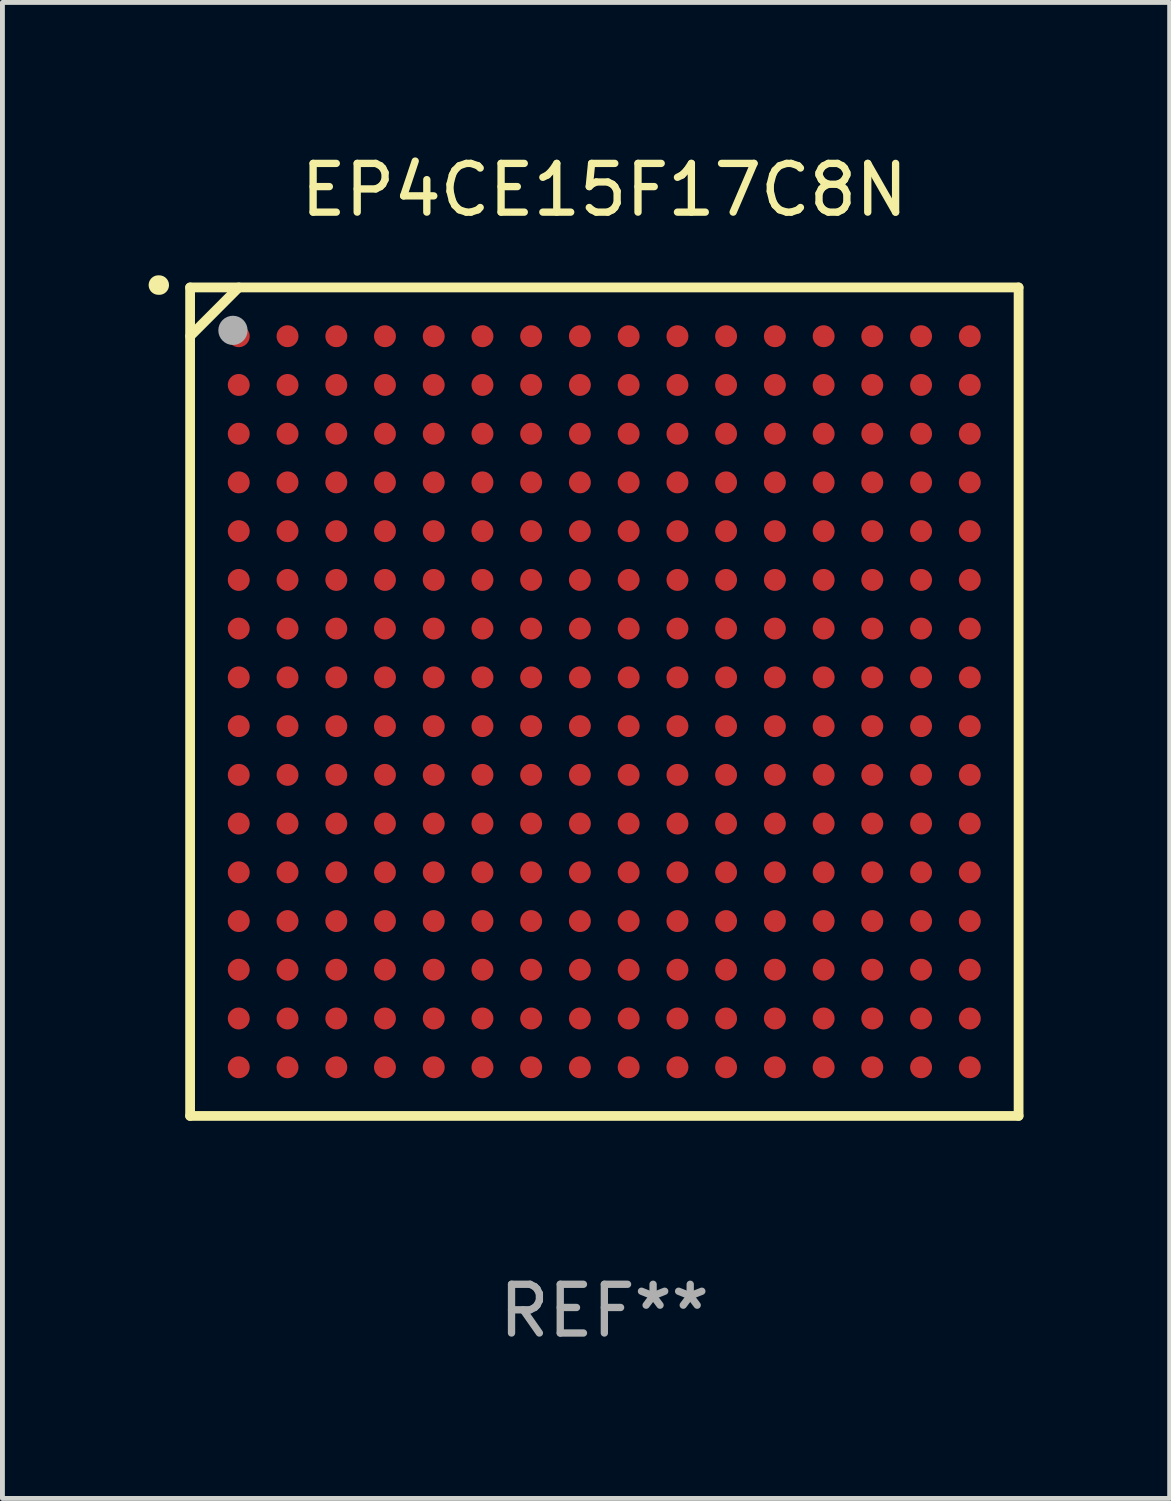
<source format=kicad_pcb>
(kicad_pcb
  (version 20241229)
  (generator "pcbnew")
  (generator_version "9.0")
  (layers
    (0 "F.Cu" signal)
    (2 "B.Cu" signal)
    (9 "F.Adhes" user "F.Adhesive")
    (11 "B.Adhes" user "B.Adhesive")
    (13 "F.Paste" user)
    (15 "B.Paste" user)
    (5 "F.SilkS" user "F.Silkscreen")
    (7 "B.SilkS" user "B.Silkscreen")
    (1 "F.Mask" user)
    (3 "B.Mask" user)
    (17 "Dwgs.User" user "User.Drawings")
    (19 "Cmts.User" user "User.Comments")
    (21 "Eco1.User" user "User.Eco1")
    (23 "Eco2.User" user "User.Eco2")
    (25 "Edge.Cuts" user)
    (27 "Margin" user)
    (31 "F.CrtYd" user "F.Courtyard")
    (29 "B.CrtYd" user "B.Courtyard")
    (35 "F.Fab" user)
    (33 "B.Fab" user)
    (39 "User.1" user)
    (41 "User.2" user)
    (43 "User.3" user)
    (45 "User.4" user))
  (footprint "EP4CE15F17C8N"
    (layer "F.Cu")
    (at 9.351 11.348)
    (property "Reference" "EP4CE15F17C8N" (at 0 -10.5 0) (layer "F.SilkS") (effects (font (size 1 1) (thickness 0.15))))
    (attr through_hole)
    (fp_line (start -8.5 -8.5) (end 8.5 -8.5) (stroke (width 0.2) (type solid)) (layer "F.SilkS"))
    (fp_line (start -8.5 -7.499) (end -7.502 -8.5) (stroke (width 0.2) (type solid)) (layer "F.SilkS"))
    (fp_line (start -8.5 8.5) (end -8.5 -8.5) (stroke (width 0.2) (type solid)) (layer "F.SilkS"))
    (fp_line (start 8.5 -8.5) (end 8.5 8.5) (stroke (width 0.2) (type solid)) (layer "F.SilkS"))
    (fp_line (start 8.5 8.5) (end -8.5 8.5) (stroke (width 0.2) (type solid)) (layer "F.SilkS"))
    (fp_arc (start -9.151181 -8.548768) (mid -9.142295 -8.548541) (end -9.133426 -8.547955) (stroke (width 0.4) (type solid)) (layer "F.SilkS"))
    (fp_circle (center -8.501 -8.499) (end -8.471 -8.499) (stroke (width 0.06) (type solid)) (fill no) (layer "F.SilkS"))
    (fp_circle (center -7.621 -7.619) (end -7.471 -7.619) (stroke (width 0.3) (type solid)) (fill no) (layer "F.Fab"))
    (fp_text user "REF**" (at 0 12.5 0) (layer "F.Fab") (effects (font (size 1 1) (thickness 0.15))))
    (pad "A1" smd circle (at -7.502 -7.499) (size 0.45 0.45) (layers "F.Cu" "F.Mask" "F.Paste"))
    (pad "A2" smd circle (at -6.501 -7.499) (size 0.45 0.45) (layers "F.Cu" "F.Mask" "F.Paste"))
    (pad "A3" smd circle (at -5.5 -7.499) (size 0.45 0.45) (layers "F.Cu" "F.Mask" "F.Paste"))
    (pad "A4" smd circle (at -4.502 -7.499) (size 0.45 0.45) (layers "F.Cu" "F.Mask" "F.Paste"))
    (pad "A5" smd circle (at -3.501 -7.499) (size 0.45 0.45) (layers "F.Cu" "F.Mask" "F.Paste"))
    (pad "A6" smd circle (at -2.501 -7.499) (size 0.45 0.45) (layers "F.Cu" "F.Mask" "F.Paste"))
    (pad "A7" smd circle (at -1.502 -7.499) (size 0.45 0.45) (layers "F.Cu" "F.Mask" "F.Paste"))
    (pad "A8" smd circle (at -0.502 -7.499) (size 0.45 0.45) (layers "F.Cu" "F.Mask" "F.Paste"))
    (pad "A9" smd circle (at 0.499 -7.499) (size 0.45 0.45) (layers "F.Cu" "F.Mask" "F.Paste"))
    (pad "A10" smd circle (at 1.5 -7.499) (size 0.45 0.45) (layers "F.Cu" "F.Mask" "F.Paste"))
    (pad "A11" smd circle (at 2.498 -7.499) (size 0.45 0.45) (layers "F.Cu" "F.Mask" "F.Paste"))
    (pad "A12" smd circle (at 3.499 -7.499) (size 0.45 0.45) (layers "F.Cu" "F.Mask" "F.Paste"))
    (pad "A13" smd circle (at 4.5 -7.499) (size 0.45 0.45) (layers "F.Cu" "F.Mask" "F.Paste"))
    (pad "A14" smd circle (at 5.498 -7.499) (size 0.45 0.45) (layers "F.Cu" "F.Mask" "F.Paste"))
    (pad "A15" smd circle (at 6.499 -7.499) (size 0.45 0.45) (layers "F.Cu" "F.Mask" "F.Paste"))
    (pad "A16" smd circle (at 7.499 -7.499) (size 0.45 0.45) (layers "F.Cu" "F.Mask" "F.Paste"))
    (pad "B1" smd circle (at -7.502 -6.499) (size 0.45 0.45) (layers "F.Cu" "F.Mask" "F.Paste"))
    (pad "B2" smd circle (at -6.501 -6.499) (size 0.45 0.45) (layers "F.Cu" "F.Mask" "F.Paste"))
    (pad "B3" smd circle (at -5.5 -6.499) (size 0.45 0.45) (layers "F.Cu" "F.Mask" "F.Paste"))
    (pad "B4" smd circle (at -4.502 -6.499) (size 0.45 0.45) (layers "F.Cu" "F.Mask" "F.Paste"))
    (pad "B5" smd circle (at -3.501 -6.499) (size 0.45 0.45) (layers "F.Cu" "F.Mask" "F.Paste"))
    (pad "B6" smd circle (at -2.501 -6.499) (size 0.45 0.45) (layers "F.Cu" "F.Mask" "F.Paste"))
    (pad "B7" smd circle (at -1.502 -6.499) (size 0.45 0.45) (layers "F.Cu" "F.Mask" "F.Paste"))
    (pad "B8" smd circle (at -0.502 -6.499) (size 0.45 0.45) (layers "F.Cu" "F.Mask" "F.Paste"))
    (pad "B9" smd circle (at 0.499 -6.499) (size 0.45 0.45) (layers "F.Cu" "F.Mask" "F.Paste"))
    (pad "B10" smd circle (at 1.5 -6.499) (size 0.45 0.45) (layers "F.Cu" "F.Mask" "F.Paste"))
    (pad "B11" smd circle (at 2.498 -6.499) (size 0.45 0.45) (layers "F.Cu" "F.Mask" "F.Paste"))
    (pad "B12" smd circle (at 3.499 -6.499) (size 0.45 0.45) (layers "F.Cu" "F.Mask" "F.Paste"))
    (pad "B13" smd circle (at 4.5 -6.499) (size 0.45 0.45) (layers "F.Cu" "F.Mask" "F.Paste"))
    (pad "B14" smd circle (at 5.498 -6.499) (size 0.45 0.45) (layers "F.Cu" "F.Mask" "F.Paste"))
    (pad "B15" smd circle (at 6.499 -6.499) (size 0.45 0.45) (layers "F.Cu" "F.Mask" "F.Paste"))
    (pad "B16" smd circle (at 7.499 -6.499) (size 0.45 0.45) (layers "F.Cu" "F.Mask" "F.Paste"))
    (pad "C1" smd circle (at -7.502 -5.498) (size 0.45 0.45) (layers "F.Cu" "F.Mask" "F.Paste"))
    (pad "C2" smd circle (at -6.501 -5.498) (size 0.45 0.45) (layers "F.Cu" "F.Mask" "F.Paste"))
    (pad "C3" smd circle (at -5.5 -5.498) (size 0.45 0.45) (layers "F.Cu" "F.Mask" "F.Paste"))
    (pad "C4" smd circle (at -4.502 -5.498) (size 0.45 0.45) (layers "F.Cu" "F.Mask" "F.Paste"))
    (pad "C5" smd circle (at -3.501 -5.498) (size 0.45 0.45) (layers "F.Cu" "F.Mask" "F.Paste"))
    (pad "C6" smd circle (at -2.501 -5.498) (size 0.45 0.45) (layers "F.Cu" "F.Mask" "F.Paste"))
    (pad "C7" smd circle (at -1.502 -5.498) (size 0.45 0.45) (layers "F.Cu" "F.Mask" "F.Paste"))
    (pad "C8" smd circle (at -0.502 -5.498) (size 0.45 0.45) (layers "F.Cu" "F.Mask" "F.Paste"))
    (pad "C9" smd circle (at 0.499 -5.498) (size 0.45 0.45) (layers "F.Cu" "F.Mask" "F.Paste"))
    (pad "C10" smd circle (at 1.5 -5.498) (size 0.45 0.45) (layers "F.Cu" "F.Mask" "F.Paste"))
    (pad "C11" smd circle (at 2.498 -5.498) (size 0.45 0.45) (layers "F.Cu" "F.Mask" "F.Paste"))
    (pad "C12" smd circle (at 3.499 -5.498) (size 0.45 0.45) (layers "F.Cu" "F.Mask" "F.Paste"))
    (pad "C13" smd circle (at 4.5 -5.498) (size 0.45 0.45) (layers "F.Cu" "F.Mask" "F.Paste"))
    (pad "C14" smd circle (at 5.498 -5.498) (size 0.45 0.45) (layers "F.Cu" "F.Mask" "F.Paste"))
    (pad "C15" smd circle (at 6.499 -5.498) (size 0.45 0.45) (layers "F.Cu" "F.Mask" "F.Paste"))
    (pad "C16" smd circle (at 7.499 -5.498) (size 0.45 0.45) (layers "F.Cu" "F.Mask" "F.Paste"))
    (pad "D1" smd circle (at -7.502 -4.5) (size 0.45 0.45) (layers "F.Cu" "F.Mask" "F.Paste"))
    (pad "D2" smd circle (at -6.501 -4.5) (size 0.45 0.45) (layers "F.Cu" "F.Mask" "F.Paste"))
    (pad "D3" smd circle (at -5.5 -4.5) (size 0.45 0.45) (layers "F.Cu" "F.Mask" "F.Paste"))
    (pad "D4" smd circle (at -4.502 -4.5) (size 0.45 0.45) (layers "F.Cu" "F.Mask" "F.Paste"))
    (pad "D5" smd circle (at -3.501 -4.5) (size 0.45 0.45) (layers "F.Cu" "F.Mask" "F.Paste"))
    (pad "D6" smd circle (at -2.501 -4.5) (size 0.45 0.45) (layers "F.Cu" "F.Mask" "F.Paste"))
    (pad "D7" smd circle (at -1.502 -4.5) (size 0.45 0.45) (layers "F.Cu" "F.Mask" "F.Paste"))
    (pad "D8" smd circle (at -0.502 -4.5) (size 0.45 0.45) (layers "F.Cu" "F.Mask" "F.Paste"))
    (pad "D9" smd circle (at 0.499 -4.5) (size 0.45 0.45) (layers "F.Cu" "F.Mask" "F.Paste"))
    (pad "D10" smd circle (at 1.5 -4.5) (size 0.45 0.45) (layers "F.Cu" "F.Mask" "F.Paste"))
    (pad "D11" smd circle (at 2.498 -4.5) (size 0.45 0.45) (layers "F.Cu" "F.Mask" "F.Paste"))
    (pad "D12" smd circle (at 3.499 -4.5) (size 0.45 0.45) (layers "F.Cu" "F.Mask" "F.Paste"))
    (pad "D13" smd circle (at 4.5 -4.5) (size 0.45 0.45) (layers "F.Cu" "F.Mask" "F.Paste"))
    (pad "D14" smd circle (at 5.498 -4.5) (size 0.45 0.45) (layers "F.Cu" "F.Mask" "F.Paste"))
    (pad "D15" smd circle (at 6.499 -4.5) (size 0.45 0.45) (layers "F.Cu" "F.Mask" "F.Paste"))
    (pad "D16" smd circle (at 7.499 -4.5) (size 0.45 0.45) (layers "F.Cu" "F.Mask" "F.Paste"))
    (pad "E1" smd circle (at -7.502 -3.499) (size 0.45 0.45) (layers "F.Cu" "F.Mask" "F.Paste"))
    (pad "E2" smd circle (at -6.501 -3.499) (size 0.45 0.45) (layers "F.Cu" "F.Mask" "F.Paste"))
    (pad "E3" smd circle (at -5.5 -3.499) (size 0.45 0.45) (layers "F.Cu" "F.Mask" "F.Paste"))
    (pad "E4" smd circle (at -4.502 -3.499) (size 0.45 0.45) (layers "F.Cu" "F.Mask" "F.Paste"))
    (pad "E5" smd circle (at -3.501 -3.499) (size 0.45 0.45) (layers "F.Cu" "F.Mask" "F.Paste"))
    (pad "E6" smd circle (at -2.501 -3.499) (size 0.45 0.45) (layers "F.Cu" "F.Mask" "F.Paste"))
    (pad "E7" smd circle (at -1.502 -3.499) (size 0.45 0.45) (layers "F.Cu" "F.Mask" "F.Paste"))
    (pad "E8" smd circle (at -0.502 -3.499) (size 0.45 0.45) (layers "F.Cu" "F.Mask" "F.Paste"))
    (pad "E9" smd circle (at 0.499 -3.499) (size 0.45 0.45) (layers "F.Cu" "F.Mask" "F.Paste"))
    (pad "E10" smd circle (at 1.5 -3.499) (size 0.45 0.45) (layers "F.Cu" "F.Mask" "F.Paste"))
    (pad "E11" smd circle (at 2.498 -3.499) (size 0.45 0.45) (layers "F.Cu" "F.Mask" "F.Paste"))
    (pad "E12" smd circle (at 3.499 -3.499) (size 0.45 0.45) (layers "F.Cu" "F.Mask" "F.Paste"))
    (pad "E13" smd circle (at 4.5 -3.499) (size 0.45 0.45) (layers "F.Cu" "F.Mask" "F.Paste"))
    (pad "E14" smd circle (at 5.498 -3.499) (size 0.45 0.45) (layers "F.Cu" "F.Mask" "F.Paste"))
    (pad "E15" smd circle (at 6.499 -3.499) (size 0.45 0.45) (layers "F.Cu" "F.Mask" "F.Paste"))
    (pad "E16" smd circle (at 7.499 -3.499) (size 0.45 0.45) (layers "F.Cu" "F.Mask" "F.Paste"))
    (pad "F1" smd circle (at -7.502 -2.498) (size 0.45 0.45) (layers "F.Cu" "F.Mask" "F.Paste"))
    (pad "F2" smd circle (at -6.501 -2.498) (size 0.45 0.45) (layers "F.Cu" "F.Mask" "F.Paste"))
    (pad "F3" smd circle (at -5.5 -2.498) (size 0.45 0.45) (layers "F.Cu" "F.Mask" "F.Paste"))
    (pad "F4" smd circle (at -4.502 -2.498) (size 0.45 0.45) (layers "F.Cu" "F.Mask" "F.Paste"))
    (pad "F5" smd circle (at -3.501 -2.498) (size 0.45 0.45) (layers "F.Cu" "F.Mask" "F.Paste"))
    (pad "F6" smd circle (at -2.501 -2.498) (size 0.45 0.45) (layers "F.Cu" "F.Mask" "F.Paste"))
    (pad "F7" smd circle (at -1.502 -2.498) (size 0.45 0.45) (layers "F.Cu" "F.Mask" "F.Paste"))
    (pad "F8" smd circle (at -0.502 -2.498) (size 0.45 0.45) (layers "F.Cu" "F.Mask" "F.Paste"))
    (pad "F9" smd circle (at 0.499 -2.498) (size 0.45 0.45) (layers "F.Cu" "F.Mask" "F.Paste"))
    (pad "F10" smd circle (at 1.5 -2.498) (size 0.45 0.45) (layers "F.Cu" "F.Mask" "F.Paste"))
    (pad "F11" smd circle (at 2.498 -2.498) (size 0.45 0.45) (layers "F.Cu" "F.Mask" "F.Paste"))
    (pad "F12" smd circle (at 3.499 -2.498) (size 0.45 0.45) (layers "F.Cu" "F.Mask" "F.Paste"))
    (pad "F13" smd circle (at 4.5 -2.498) (size 0.45 0.45) (layers "F.Cu" "F.Mask" "F.Paste"))
    (pad "F14" smd circle (at 5.498 -2.498) (size 0.45 0.45) (layers "F.Cu" "F.Mask" "F.Paste"))
    (pad "F15" smd circle (at 6.499 -2.498) (size 0.45 0.45) (layers "F.Cu" "F.Mask" "F.Paste"))
    (pad "F16" smd circle (at 7.499 -2.498) (size 0.45 0.45) (layers "F.Cu" "F.Mask" "F.Paste"))
    (pad "G1" smd circle (at -7.502 -1.5) (size 0.45 0.45) (layers "F.Cu" "F.Mask" "F.Paste"))
    (pad "G2" smd circle (at -6.501 -1.5) (size 0.45 0.45) (layers "F.Cu" "F.Mask" "F.Paste"))
    (pad "G3" smd circle (at -5.5 -1.5) (size 0.45 0.45) (layers "F.Cu" "F.Mask" "F.Paste"))
    (pad "G4" smd circle (at -4.502 -1.5) (size 0.45 0.45) (layers "F.Cu" "F.Mask" "F.Paste"))
    (pad "G5" smd circle (at -3.501 -1.5) (size 0.45 0.45) (layers "F.Cu" "F.Mask" "F.Paste"))
    (pad "G6" smd circle (at -2.501 -1.5) (size 0.45 0.45) (layers "F.Cu" "F.Mask" "F.Paste"))
    (pad "G7" smd circle (at -1.502 -1.5) (size 0.45 0.45) (layers "F.Cu" "F.Mask" "F.Paste"))
    (pad "G8" smd circle (at -0.502 -1.5) (size 0.45 0.45) (layers "F.Cu" "F.Mask" "F.Paste"))
    (pad "G9" smd circle (at 0.499 -1.5) (size 0.45 0.45) (layers "F.Cu" "F.Mask" "F.Paste"))
    (pad "G10" smd circle (at 1.5 -1.5) (size 0.45 0.45) (layers "F.Cu" "F.Mask" "F.Paste"))
    (pad "G11" smd circle (at 2.498 -1.5) (size 0.45 0.45) (layers "F.Cu" "F.Mask" "F.Paste"))
    (pad "G12" smd circle (at 3.499 -1.5) (size 0.45 0.45) (layers "F.Cu" "F.Mask" "F.Paste"))
    (pad "G13" smd circle (at 4.5 -1.5) (size 0.45 0.45) (layers "F.Cu" "F.Mask" "F.Paste"))
    (pad "G14" smd circle (at 5.498 -1.5) (size 0.45 0.45) (layers "F.Cu" "F.Mask" "F.Paste"))
    (pad "G15" smd circle (at 6.499 -1.5) (size 0.45 0.45) (layers "F.Cu" "F.Mask" "F.Paste"))
    (pad "G16" smd circle (at 7.499 -1.5) (size 0.45 0.45) (layers "F.Cu" "F.Mask" "F.Paste"))
    (pad "H1" smd circle (at -7.502 -0.499) (size 0.45 0.45) (layers "F.Cu" "F.Mask" "F.Paste"))
    (pad "H2" smd circle (at -6.501 -0.499) (size 0.45 0.45) (layers "F.Cu" "F.Mask" "F.Paste"))
    (pad "H3" smd circle (at -5.5 -0.499) (size 0.45 0.45) (layers "F.Cu" "F.Mask" "F.Paste"))
    (pad "H4" smd circle (at -4.502 -0.499) (size 0.45 0.45) (layers "F.Cu" "F.Mask" "F.Paste"))
    (pad "H5" smd circle (at -3.501 -0.499) (size 0.45 0.45) (layers "F.Cu" "F.Mask" "F.Paste"))
    (pad "H6" smd circle (at -2.501 -0.499) (size 0.45 0.45) (layers "F.Cu" "F.Mask" "F.Paste"))
    (pad "H7" smd circle (at -1.502 -0.499) (size 0.45 0.45) (layers "F.Cu" "F.Mask" "F.Paste"))
    (pad "H8" smd circle (at -0.502 -0.499) (size 0.45 0.45) (layers "F.Cu" "F.Mask" "F.Paste"))
    (pad "H9" smd circle (at 0.499 -0.499) (size 0.45 0.45) (layers "F.Cu" "F.Mask" "F.Paste"))
    (pad "H10" smd circle (at 1.5 -0.499) (size 0.45 0.45) (layers "F.Cu" "F.Mask" "F.Paste"))
    (pad "H11" smd circle (at 2.498 -0.499) (size 0.45 0.45) (layers "F.Cu" "F.Mask" "F.Paste"))
    (pad "H12" smd circle (at 3.499 -0.499) (size 0.45 0.45) (layers "F.Cu" "F.Mask" "F.Paste"))
    (pad "H13" smd circle (at 4.5 -0.499) (size 0.45 0.45) (layers "F.Cu" "F.Mask" "F.Paste"))
    (pad "H14" smd circle (at 5.498 -0.499) (size 0.45 0.45) (layers "F.Cu" "F.Mask" "F.Paste"))
    (pad "H15" smd circle (at 6.499 -0.499) (size 0.45 0.45) (layers "F.Cu" "F.Mask" "F.Paste"))
    (pad "H16" smd circle (at 7.499 -0.499) (size 0.45 0.45) (layers "F.Cu" "F.Mask" "F.Paste"))
    (pad "J1" smd circle (at -7.502 0.502) (size 0.45 0.45) (layers "F.Cu" "F.Mask" "F.Paste"))
    (pad "J2" smd circle (at -6.501 0.502) (size 0.45 0.45) (layers "F.Cu" "F.Mask" "F.Paste"))
    (pad "J3" smd circle (at -5.5 0.502) (size 0.45 0.45) (layers "F.Cu" "F.Mask" "F.Paste"))
    (pad "J4" smd circle (at -4.502 0.502) (size 0.45 0.45) (layers "F.Cu" "F.Mask" "F.Paste"))
    (pad "J5" smd circle (at -3.501 0.502) (size 0.45 0.45) (layers "F.Cu" "F.Mask" "F.Paste"))
    (pad "J6" smd circle (at -2.501 0.502) (size 0.45 0.45) (layers "F.Cu" "F.Mask" "F.Paste"))
    (pad "J7" smd circle (at -1.502 0.502) (size 0.45 0.45) (layers "F.Cu" "F.Mask" "F.Paste"))
    (pad "J8" smd circle (at -0.502 0.502) (size 0.45 0.45) (layers "F.Cu" "F.Mask" "F.Paste"))
    (pad "J9" smd circle (at 0.499 0.502) (size 0.45 0.45) (layers "F.Cu" "F.Mask" "F.Paste"))
    (pad "J10" smd circle (at 1.5 0.502) (size 0.45 0.45) (layers "F.Cu" "F.Mask" "F.Paste"))
    (pad "J11" smd circle (at 2.498 0.502) (size 0.45 0.45) (layers "F.Cu" "F.Mask" "F.Paste"))
    (pad "J12" smd circle (at 3.499 0.502) (size 0.45 0.45) (layers "F.Cu" "F.Mask" "F.Paste"))
    (pad "J13" smd circle (at 4.5 0.502) (size 0.45 0.45) (layers "F.Cu" "F.Mask" "F.Paste"))
    (pad "J14" smd circle (at 5.498 0.502) (size 0.45 0.45) (layers "F.Cu" "F.Mask" "F.Paste"))
    (pad "J15" smd circle (at 6.499 0.502) (size 0.45 0.45) (layers "F.Cu" "F.Mask" "F.Paste"))
    (pad "J16" smd circle (at 7.499 0.502) (size 0.45 0.45) (layers "F.Cu" "F.Mask" "F.Paste"))
    (pad "K1" smd circle (at -7.502 1.502) (size 0.45 0.45) (layers "F.Cu" "F.Mask" "F.Paste"))
    (pad "K2" smd circle (at -6.501 1.502) (size 0.45 0.45) (layers "F.Cu" "F.Mask" "F.Paste"))
    (pad "K3" smd circle (at -5.5 1.502) (size 0.45 0.45) (layers "F.Cu" "F.Mask" "F.Paste"))
    (pad "K4" smd circle (at -4.502 1.502) (size 0.45 0.45) (layers "F.Cu" "F.Mask" "F.Paste"))
    (pad "K5" smd circle (at -3.501 1.502) (size 0.45 0.45) (layers "F.Cu" "F.Mask" "F.Paste"))
    (pad "K6" smd circle (at -2.501 1.502) (size 0.45 0.45) (layers "F.Cu" "F.Mask" "F.Paste"))
    (pad "K7" smd circle (at -1.502 1.502) (size 0.45 0.45) (layers "F.Cu" "F.Mask" "F.Paste"))
    (pad "K8" smd circle (at -0.502 1.502) (size 0.45 0.45) (layers "F.Cu" "F.Mask" "F.Paste"))
    (pad "K9" smd circle (at 0.499 1.502) (size 0.45 0.45) (layers "F.Cu" "F.Mask" "F.Paste"))
    (pad "K10" smd circle (at 1.5 1.502) (size 0.45 0.45) (layers "F.Cu" "F.Mask" "F.Paste"))
    (pad "K11" smd circle (at 2.498 1.502) (size 0.45 0.45) (layers "F.Cu" "F.Mask" "F.Paste"))
    (pad "K12" smd circle (at 3.499 1.502) (size 0.45 0.45) (layers "F.Cu" "F.Mask" "F.Paste"))
    (pad "K13" smd circle (at 4.5 1.502) (size 0.45 0.45) (layers "F.Cu" "F.Mask" "F.Paste"))
    (pad "K14" smd circle (at 5.498 1.502) (size 0.45 0.45) (layers "F.Cu" "F.Mask" "F.Paste"))
    (pad "K15" smd circle (at 6.499 1.502) (size 0.45 0.45) (layers "F.Cu" "F.Mask" "F.Paste"))
    (pad "K16" smd circle (at 7.499 1.502) (size 0.45 0.45) (layers "F.Cu" "F.Mask" "F.Paste"))
    (pad "L1" smd circle (at -7.502 2.501) (size 0.45 0.45) (layers "F.Cu" "F.Mask" "F.Paste"))
    (pad "L2" smd circle (at -6.501 2.501) (size 0.45 0.45) (layers "F.Cu" "F.Mask" "F.Paste"))
    (pad "L3" smd circle (at -5.5 2.501) (size 0.45 0.45) (layers "F.Cu" "F.Mask" "F.Paste"))
    (pad "L4" smd circle (at -4.502 2.501) (size 0.45 0.45) (layers "F.Cu" "F.Mask" "F.Paste"))
    (pad "L5" smd circle (at -3.501 2.501) (size 0.45 0.45) (layers "F.Cu" "F.Mask" "F.Paste"))
    (pad "L6" smd circle (at -2.501 2.501) (size 0.45 0.45) (layers "F.Cu" "F.Mask" "F.Paste"))
    (pad "L7" smd circle (at -1.502 2.501) (size 0.45 0.45) (layers "F.Cu" "F.Mask" "F.Paste"))
    (pad "L8" smd circle (at -0.502 2.501) (size 0.45 0.45) (layers "F.Cu" "F.Mask" "F.Paste"))
    (pad "L9" smd circle (at 0.499 2.501) (size 0.45 0.45) (layers "F.Cu" "F.Mask" "F.Paste"))
    (pad "L10" smd circle (at 1.5 2.501) (size 0.45 0.45) (layers "F.Cu" "F.Mask" "F.Paste"))
    (pad "L11" smd circle (at 2.498 2.501) (size 0.45 0.45) (layers "F.Cu" "F.Mask" "F.Paste"))
    (pad "L12" smd circle (at 3.499 2.501) (size 0.45 0.45) (layers "F.Cu" "F.Mask" "F.Paste"))
    (pad "L13" smd circle (at 4.5 2.501) (size 0.45 0.45) (layers "F.Cu" "F.Mask" "F.Paste"))
    (pad "L14" smd circle (at 5.498 2.501) (size 0.45 0.45) (layers "F.Cu" "F.Mask" "F.Paste"))
    (pad "L15" smd circle (at 6.499 2.501) (size 0.45 0.45) (layers "F.Cu" "F.Mask" "F.Paste"))
    (pad "L16" smd circle (at 7.499 2.501) (size 0.45 0.45) (layers "F.Cu" "F.Mask" "F.Paste"))
    (pad "M1" smd circle (at -7.502 3.501) (size 0.45 0.45) (layers "F.Cu" "F.Mask" "F.Paste"))
    (pad "M2" smd circle (at -6.501 3.501) (size 0.45 0.45) (layers "F.Cu" "F.Mask" "F.Paste"))
    (pad "M3" smd circle (at -5.5 3.501) (size 0.45 0.45) (layers "F.Cu" "F.Mask" "F.Paste"))
    (pad "M4" smd circle (at -4.502 3.501) (size 0.45 0.45) (layers "F.Cu" "F.Mask" "F.Paste"))
    (pad "M5" smd circle (at -3.501 3.501) (size 0.45 0.45) (layers "F.Cu" "F.Mask" "F.Paste"))
    (pad "M6" smd circle (at -2.501 3.501) (size 0.45 0.45) (layers "F.Cu" "F.Mask" "F.Paste"))
    (pad "M7" smd circle (at -1.502 3.501) (size 0.45 0.45) (layers "F.Cu" "F.Mask" "F.Paste"))
    (pad "M8" smd circle (at -0.502 3.501) (size 0.45 0.45) (layers "F.Cu" "F.Mask" "F.Paste"))
    (pad "M9" smd circle (at 0.499 3.501) (size 0.45 0.45) (layers "F.Cu" "F.Mask" "F.Paste"))
    (pad "M10" smd circle (at 1.5 3.501) (size 0.45 0.45) (layers "F.Cu" "F.Mask" "F.Paste"))
    (pad "M11" smd circle (at 2.498 3.501) (size 0.45 0.45) (layers "F.Cu" "F.Mask" "F.Paste"))
    (pad "M12" smd circle (at 3.499 3.501) (size 0.45 0.45) (layers "F.Cu" "F.Mask" "F.Paste"))
    (pad "M13" smd circle (at 4.5 3.501) (size 0.45 0.45) (layers "F.Cu" "F.Mask" "F.Paste"))
    (pad "M14" smd circle (at 5.498 3.501) (size 0.45 0.45) (layers "F.Cu" "F.Mask" "F.Paste"))
    (pad "M15" smd circle (at 6.499 3.501) (size 0.45 0.45) (layers "F.Cu" "F.Mask" "F.Paste"))
    (pad "M16" smd circle (at 7.499 3.501) (size 0.45 0.45) (layers "F.Cu" "F.Mask" "F.Paste"))
    (pad "N1" smd circle (at -7.502 4.502) (size 0.45 0.45) (layers "F.Cu" "F.Mask" "F.Paste"))
    (pad "N2" smd circle (at -6.501 4.502) (size 0.45 0.45) (layers "F.Cu" "F.Mask" "F.Paste"))
    (pad "N3" smd circle (at -5.5 4.502) (size 0.45 0.45) (layers "F.Cu" "F.Mask" "F.Paste"))
    (pad "N4" smd circle (at -4.502 4.502) (size 0.45 0.45) (layers "F.Cu" "F.Mask" "F.Paste"))
    (pad "N5" smd circle (at -3.501 4.502) (size 0.45 0.45) (layers "F.Cu" "F.Mask" "F.Paste"))
    (pad "N6" smd circle (at -2.501 4.502) (size 0.45 0.45) (layers "F.Cu" "F.Mask" "F.Paste"))
    (pad "N7" smd circle (at -1.502 4.502) (size 0.45 0.45) (layers "F.Cu" "F.Mask" "F.Paste"))
    (pad "N8" smd circle (at -0.502 4.502) (size 0.45 0.45) (layers "F.Cu" "F.Mask" "F.Paste"))
    (pad "N9" smd circle (at 0.499 4.502) (size 0.45 0.45) (layers "F.Cu" "F.Mask" "F.Paste"))
    (pad "N10" smd circle (at 1.5 4.502) (size 0.45 0.45) (layers "F.Cu" "F.Mask" "F.Paste"))
    (pad "N11" smd circle (at 2.498 4.502) (size 0.45 0.45) (layers "F.Cu" "F.Mask" "F.Paste"))
    (pad "N12" smd circle (at 3.499 4.502) (size 0.45 0.45) (layers "F.Cu" "F.Mask" "F.Paste"))
    (pad "N13" smd circle (at 4.5 4.502) (size 0.45 0.45) (layers "F.Cu" "F.Mask" "F.Paste"))
    (pad "N14" smd circle (at 5.498 4.502) (size 0.45 0.45) (layers "F.Cu" "F.Mask" "F.Paste"))
    (pad "N15" smd circle (at 6.499 4.502) (size 0.45 0.45) (layers "F.Cu" "F.Mask" "F.Paste"))
    (pad "N16" smd circle (at 7.499 4.502) (size 0.45 0.45) (layers "F.Cu" "F.Mask" "F.Paste"))
    (pad "P1" smd circle (at -7.502 5.5) (size 0.45 0.45) (layers "F.Cu" "F.Mask" "F.Paste"))
    (pad "P2" smd circle (at -6.501 5.5) (size 0.45 0.45) (layers "F.Cu" "F.Mask" "F.Paste"))
    (pad "P3" smd circle (at -5.5 5.5) (size 0.45 0.45) (layers "F.Cu" "F.Mask" "F.Paste"))
    (pad "P4" smd circle (at -4.502 5.5) (size 0.45 0.45) (layers "F.Cu" "F.Mask" "F.Paste"))
    (pad "P5" smd circle (at -3.501 5.5) (size 0.45 0.45) (layers "F.Cu" "F.Mask" "F.Paste"))
    (pad "P6" smd circle (at -2.501 5.5) (size 0.45 0.45) (layers "F.Cu" "F.Mask" "F.Paste"))
    (pad "P7" smd circle (at -1.502 5.5) (size 0.45 0.45) (layers "F.Cu" "F.Mask" "F.Paste"))
    (pad "P8" smd circle (at -0.502 5.5) (size 0.45 0.45) (layers "F.Cu" "F.Mask" "F.Paste"))
    (pad "P9" smd circle (at 0.499 5.5) (size 0.45 0.45) (layers "F.Cu" "F.Mask" "F.Paste"))
    (pad "P10" smd circle (at 1.5 5.5) (size 0.45 0.45) (layers "F.Cu" "F.Mask" "F.Paste"))
    (pad "P11" smd circle (at 2.498 5.5) (size 0.45 0.45) (layers "F.Cu" "F.Mask" "F.Paste"))
    (pad "P12" smd circle (at 3.499 5.5) (size 0.45 0.45) (layers "F.Cu" "F.Mask" "F.Paste"))
    (pad "P13" smd circle (at 4.5 5.5) (size 0.45 0.45) (layers "F.Cu" "F.Mask" "F.Paste"))
    (pad "P14" smd circle (at 5.498 5.5) (size 0.45 0.45) (layers "F.Cu" "F.Mask" "F.Paste"))
    (pad "P15" smd circle (at 6.499 5.5) (size 0.45 0.45) (layers "F.Cu" "F.Mask" "F.Paste"))
    (pad "P16" smd circle (at 7.499 5.5) (size 0.45 0.45) (layers "F.Cu" "F.Mask" "F.Paste"))
    (pad "R1" smd circle (at -7.502 6.501) (size 0.45 0.45) (layers "F.Cu" "F.Mask" "F.Paste"))
    (pad "R2" smd circle (at -6.501 6.501) (size 0.45 0.45) (layers "F.Cu" "F.Mask" "F.Paste"))
    (pad "R3" smd circle (at -5.5 6.501) (size 0.45 0.45) (layers "F.Cu" "F.Mask" "F.Paste"))
    (pad "R4" smd circle (at -4.502 6.501) (size 0.45 0.45) (layers "F.Cu" "F.Mask" "F.Paste"))
    (pad "R5" smd circle (at -3.501 6.501) (size 0.45 0.45) (layers "F.Cu" "F.Mask" "F.Paste"))
    (pad "R6" smd circle (at -2.501 6.501) (size 0.45 0.45) (layers "F.Cu" "F.Mask" "F.Paste"))
    (pad "R7" smd circle (at -1.502 6.501) (size 0.45 0.45) (layers "F.Cu" "F.Mask" "F.Paste"))
    (pad "R8" smd circle (at -0.502 6.501) (size 0.45 0.45) (layers "F.Cu" "F.Mask" "F.Paste"))
    (pad "R9" smd circle (at 0.499 6.501) (size 0.45 0.45) (layers "F.Cu" "F.Mask" "F.Paste"))
    (pad "R10" smd circle (at 1.5 6.501) (size 0.45 0.45) (layers "F.Cu" "F.Mask" "F.Paste"))
    (pad "R11" smd circle (at 2.498 6.501) (size 0.45 0.45) (layers "F.Cu" "F.Mask" "F.Paste"))
    (pad "R12" smd circle (at 3.499 6.501) (size 0.45 0.45) (layers "F.Cu" "F.Mask" "F.Paste"))
    (pad "R13" smd circle (at 4.5 6.501) (size 0.45 0.45) (layers "F.Cu" "F.Mask" "F.Paste"))
    (pad "R14" smd circle (at 5.498 6.501) (size 0.45 0.45) (layers "F.Cu" "F.Mask" "F.Paste"))
    (pad "R15" smd circle (at 6.499 6.501) (size 0.45 0.45) (layers "F.Cu" "F.Mask" "F.Paste"))
    (pad "R16" smd circle (at 7.499 6.501) (size 0.45 0.45) (layers "F.Cu" "F.Mask" "F.Paste"))
    (pad "T1" smd circle (at -7.502 7.502) (size 0.45 0.45) (layers "F.Cu" "F.Mask" "F.Paste"))
    (pad "T2" smd circle (at -6.501 7.502) (size 0.45 0.45) (layers "F.Cu" "F.Mask" "F.Paste"))
    (pad "T3" smd circle (at -5.5 7.502) (size 0.45 0.45) (layers "F.Cu" "F.Mask" "F.Paste"))
    (pad "T4" smd circle (at -4.502 7.502) (size 0.45 0.45) (layers "F.Cu" "F.Mask" "F.Paste"))
    (pad "T5" smd circle (at -3.501 7.502) (size 0.45 0.45) (layers "F.Cu" "F.Mask" "F.Paste"))
    (pad "T6" smd circle (at -2.501 7.502) (size 0.45 0.45) (layers "F.Cu" "F.Mask" "F.Paste"))
    (pad "T7" smd circle (at -1.502 7.502) (size 0.45 0.45) (layers "F.Cu" "F.Mask" "F.Paste"))
    (pad "T8" smd circle (at -0.502 7.502) (size 0.45 0.45) (layers "F.Cu" "F.Mask" "F.Paste"))
    (pad "T9" smd circle (at 0.499 7.502) (size 0.45 0.45) (layers "F.Cu" "F.Mask" "F.Paste"))
    (pad "T10" smd circle (at 1.5 7.502) (size 0.45 0.45) (layers "F.Cu" "F.Mask" "F.Paste"))
    (pad "T11" smd circle (at 2.498 7.502) (size 0.45 0.45) (layers "F.Cu" "F.Mask" "F.Paste"))
    (pad "T12" smd circle (at 3.499 7.502) (size 0.45 0.45) (layers "F.Cu" "F.Mask" "F.Paste"))
    (pad "T13" smd circle (at 4.5 7.502) (size 0.45 0.45) (layers "F.Cu" "F.Mask" "F.Paste"))
    (pad "T14" smd circle (at 5.498 7.502) (size 0.45 0.45) (layers "F.Cu" "F.Mask" "F.Paste"))
    (pad "T15" smd circle (at 6.499 7.502) (size 0.45 0.45) (layers "F.Cu" "F.Mask" "F.Paste"))
    (pad "T16" smd circle (at 7.499 7.502) (size 0.45 0.45) (layers "F.Cu" "F.Mask" "F.Paste")))
  (gr_rect
    (start -3 -3)
    (end 20.951 27.697)
    (stroke (width 0.1) (type default))
    (fill no)
    (layer "Edge.Cuts")))
</source>
